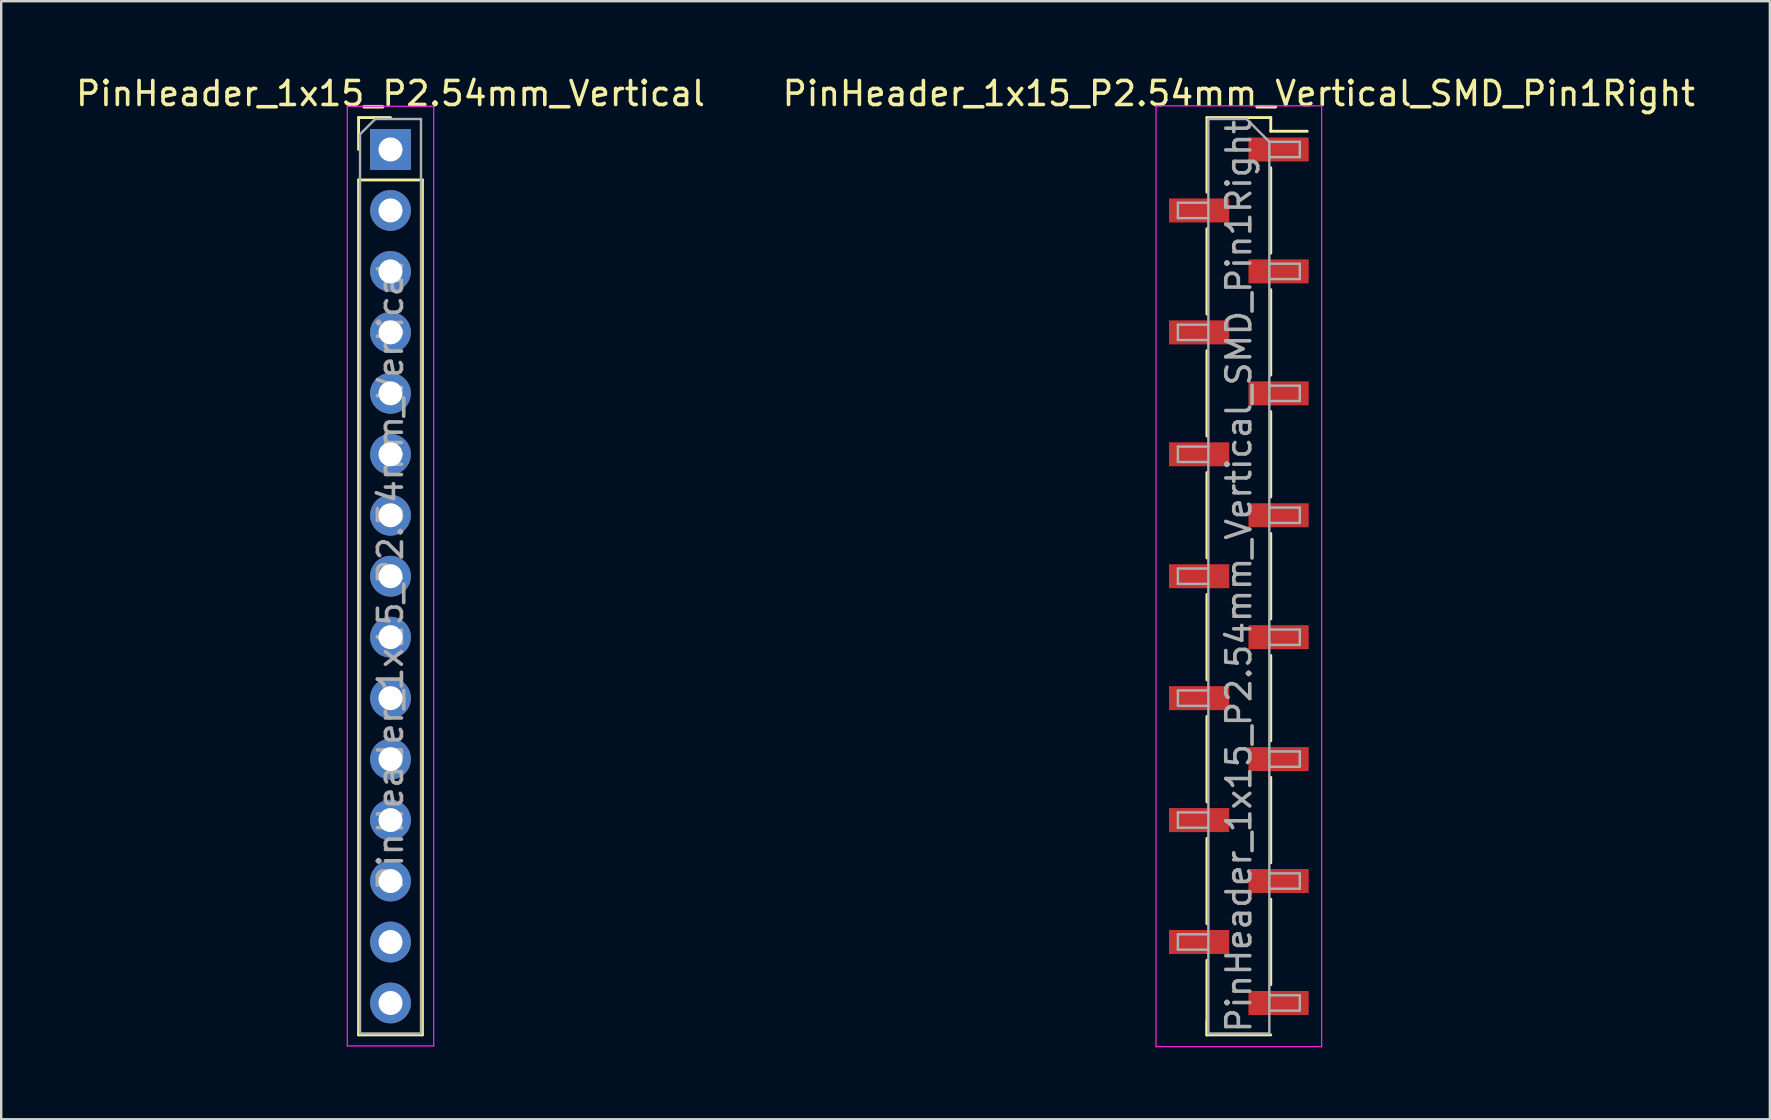
<source format=kicad_pcb>
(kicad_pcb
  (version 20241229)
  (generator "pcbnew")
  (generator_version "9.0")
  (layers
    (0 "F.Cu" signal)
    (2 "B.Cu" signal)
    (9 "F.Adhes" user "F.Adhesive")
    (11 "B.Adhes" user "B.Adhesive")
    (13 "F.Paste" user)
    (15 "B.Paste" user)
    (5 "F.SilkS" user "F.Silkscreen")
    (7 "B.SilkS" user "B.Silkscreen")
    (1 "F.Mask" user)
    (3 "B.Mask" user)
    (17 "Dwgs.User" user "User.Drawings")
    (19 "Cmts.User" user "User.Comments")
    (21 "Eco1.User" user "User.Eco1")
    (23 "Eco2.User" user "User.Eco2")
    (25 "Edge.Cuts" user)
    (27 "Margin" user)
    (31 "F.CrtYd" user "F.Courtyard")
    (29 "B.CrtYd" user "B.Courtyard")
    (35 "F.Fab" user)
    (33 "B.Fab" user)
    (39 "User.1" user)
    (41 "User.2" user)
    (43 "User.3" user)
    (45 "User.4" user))
  (footprint "PinHeader_1x15_P2.54mm_Vertical"
    (layer "F.Cu")
    (at 13.22 3.178)
    (property "Reference" "PinHeader_1x15_P2.54mm_Vertical" (at 0 -2.33 0) (layer "F.SilkS") (effects (font (size 1 1) (thickness 0.15))))
    (attr through_hole)
    (fp_line (start -1.33 -1.33) (end 0 -1.33) (stroke (width 0.12) (type solid)) (layer "F.SilkS"))
    (fp_line (start -1.33 0) (end -1.33 -1.33) (stroke (width 0.12) (type solid)) (layer "F.SilkS"))
    (fp_line (start -1.33 1.27) (end -1.33 36.89) (stroke (width 0.12) (type solid)) (layer "F.SilkS"))
    (fp_line (start -1.33 1.27) (end 1.33 1.27) (stroke (width 0.12) (type solid)) (layer "F.SilkS"))
    (fp_line (start -1.33 36.89) (end 1.33 36.89) (stroke (width 0.12) (type solid)) (layer "F.SilkS"))
    (fp_line (start 1.33 1.27) (end 1.33 36.89) (stroke (width 0.12) (type solid)) (layer "F.SilkS"))
    (fp_line (start -1.8 -1.8) (end -1.8 37.35) (stroke (width 0.05) (type solid)) (layer "F.CrtYd"))
    (fp_line (start -1.8 37.35) (end 1.8 37.35) (stroke (width 0.05) (type solid)) (layer "F.CrtYd"))
    (fp_line (start 1.8 -1.8) (end -1.8 -1.8) (stroke (width 0.05) (type solid)) (layer "F.CrtYd"))
    (fp_line (start 1.8 37.35) (end 1.8 -1.8) (stroke (width 0.05) (type solid)) (layer "F.CrtYd"))
    (fp_line (start -1.27 -0.635) (end -0.635 -1.27) (stroke (width 0.1) (type solid)) (layer "F.Fab"))
    (fp_line (start -1.27 36.83) (end -1.27 -0.635) (stroke (width 0.1) (type solid)) (layer "F.Fab"))
    (fp_line (start -0.635 -1.27) (end 1.27 -1.27) (stroke (width 0.1) (type solid)) (layer "F.Fab"))
    (fp_line (start 1.27 -1.27) (end 1.27 36.83) (stroke (width 0.1) (type solid)) (layer "F.Fab"))
    (fp_line (start 1.27 36.83) (end -1.27 36.83) (stroke (width 0.1) (type solid)) (layer "F.Fab"))
    (fp_text user "${REFERENCE}" (at 0 17.78 90) (layer "F.Fab") (effects (font (size 1 1) (thickness 0.15))))
    (pad "1" thru_hole rect (at 0 0) (size 1.7 1.7) (drill 1) (layers "*.Cu" "*.Mask"))
    (pad "2" thru_hole oval (at 0 2.54) (size 1.7 1.7) (drill 1) (layers "*.Cu" "*.Mask"))
    (pad "3" thru_hole oval (at 0 5.08) (size 1.7 1.7) (drill 1) (layers "*.Cu" "*.Mask"))
    (pad "4" thru_hole oval (at 0 7.62) (size 1.7 1.7) (drill 1) (layers "*.Cu" "*.Mask"))
    (pad "5" thru_hole oval (at 0 10.16) (size 1.7 1.7) (drill 1) (layers "*.Cu" "*.Mask"))
    (pad "6" thru_hole oval (at 0 12.7) (size 1.7 1.7) (drill 1) (layers "*.Cu" "*.Mask"))
    (pad "7" thru_hole oval (at 0 15.24) (size 1.7 1.7) (drill 1) (layers "*.Cu" "*.Mask"))
    (pad "8" thru_hole oval (at 0 17.78) (size 1.7 1.7) (drill 1) (layers "*.Cu" "*.Mask"))
    (pad "9" thru_hole oval (at 0 20.32) (size 1.7 1.7) (drill 1) (layers "*.Cu" "*.Mask"))
    (pad "10" thru_hole oval (at 0 22.86) (size 1.7 1.7) (drill 1) (layers "*.Cu" "*.Mask"))
    (pad "11" thru_hole oval (at 0 25.4) (size 1.7 1.7) (drill 1) (layers "*.Cu" "*.Mask"))
    (pad "12" thru_hole oval (at 0 27.94) (size 1.7 1.7) (drill 1) (layers "*.Cu" "*.Mask"))
    (pad "13" thru_hole oval (at 0 30.48) (size 1.7 1.7) (drill 1) (layers "*.Cu" "*.Mask"))
    (pad "14" thru_hole oval (at 0 33.02) (size 1.7 1.7) (drill 1) (layers "*.Cu" "*.Mask"))
    (pad "15" thru_hole oval (at 0 35.56) (size 1.7 1.7) (drill 1) (layers "*.Cu" "*.Mask")))
  (footprint "PinHeader_1x15_P2.54mm_Vertical_SMD_Pin1Right"
    (layer "F.Cu")
    (at 48.565 20.958)
    (property "Reference" "PinHeader_1x15_P2.54mm_Vertical_SMD_Pin1Right" (at 0 -20.11 0) (layer "F.SilkS") (effects (font (size 1 1) (thickness 0.15))))
    (attr smd)
    (fp_line (start -1.33 -19.11) (end -1.33 -16) (stroke (width 0.12) (type solid)) (layer "F.SilkS"))
    (fp_line (start -1.33 -19.11) (end 1.33 -19.11) (stroke (width 0.12) (type solid)) (layer "F.SilkS"))
    (fp_line (start -1.33 -14.48) (end -1.33 -10.92) (stroke (width 0.12) (type solid)) (layer "F.SilkS"))
    (fp_line (start -1.33 -9.4) (end -1.33 -5.84) (stroke (width 0.12) (type solid)) (layer "F.SilkS"))
    (fp_line (start -1.33 -4.32) (end -1.33 -0.76) (stroke (width 0.12) (type solid)) (layer "F.SilkS"))
    (fp_line (start -1.33 0.76) (end -1.33 4.32) (stroke (width 0.12) (type solid)) (layer "F.SilkS"))
    (fp_line (start -1.33 5.84) (end -1.33 9.4) (stroke (width 0.12) (type solid)) (layer "F.SilkS"))
    (fp_line (start -1.33 10.92) (end -1.33 14.48) (stroke (width 0.12) (type solid)) (layer "F.SilkS"))
    (fp_line (start -1.33 16) (end -1.33 19.11) (stroke (width 0.12) (type solid)) (layer "F.SilkS"))
    (fp_line (start -1.33 18.54) (end -1.33 19.11) (stroke (width 0.12) (type solid)) (layer "F.SilkS"))
    (fp_line (start -1.33 19.11) (end 1.33 19.11) (stroke (width 0.12) (type solid)) (layer "F.SilkS"))
    (fp_line (start 1.33 -19.11) (end 1.33 -18.54) (stroke (width 0.12) (type solid)) (layer "F.SilkS"))
    (fp_line (start 1.33 -18.54) (end 2.85 -18.54) (stroke (width 0.12) (type solid)) (layer "F.SilkS"))
    (fp_line (start 1.33 -17.02) (end 1.33 -13.46) (stroke (width 0.12) (type solid)) (layer "F.SilkS"))
    (fp_line (start 1.33 -11.94) (end 1.33 -8.38) (stroke (width 0.12) (type solid)) (layer "F.SilkS"))
    (fp_line (start 1.33 -6.86) (end 1.33 -3.3) (stroke (width 0.12) (type solid)) (layer "F.SilkS"))
    (fp_line (start 1.33 -1.78) (end 1.33 1.78) (stroke (width 0.12) (type solid)) (layer "F.SilkS"))
    (fp_line (start 1.33 3.3) (end 1.33 6.86) (stroke (width 0.12) (type solid)) (layer "F.SilkS"))
    (fp_line (start 1.33 8.38) (end 1.33 11.94) (stroke (width 0.12) (type solid)) (layer "F.SilkS"))
    (fp_line (start 1.33 13.46) (end 1.33 17.02) (stroke (width 0.12) (type solid)) (layer "F.SilkS"))
    (fp_line (start -3.45 -19.6) (end -3.45 19.6) (stroke (width 0.05) (type solid)) (layer "F.CrtYd"))
    (fp_line (start -3.45 19.6) (end 3.45 19.6) (stroke (width 0.05) (type solid)) (layer "F.CrtYd"))
    (fp_line (start 3.45 -19.6) (end -3.45 -19.6) (stroke (width 0.05) (type solid)) (layer "F.CrtYd"))
    (fp_line (start 3.45 19.6) (end 3.45 -19.6) (stroke (width 0.05) (type solid)) (layer "F.CrtYd"))
    (fp_line (start -2.54 -15.56) (end -2.54 -14.92) (stroke (width 0.1) (type solid)) (layer "F.Fab"))
    (fp_line (start -2.54 -14.92) (end -1.27 -14.92) (stroke (width 0.1) (type solid)) (layer "F.Fab"))
    (fp_line (start -2.54 -10.48) (end -2.54 -9.84) (stroke (width 0.1) (type solid)) (layer "F.Fab"))
    (fp_line (start -2.54 -9.84) (end -1.27 -9.84) (stroke (width 0.1) (type solid)) (layer "F.Fab"))
    (fp_line (start -2.54 -5.4) (end -2.54 -4.76) (stroke (width 0.1) (type solid)) (layer "F.Fab"))
    (fp_line (start -2.54 -4.76) (end -1.27 -4.76) (stroke (width 0.1) (type solid)) (layer "F.Fab"))
    (fp_line (start -2.54 -0.32) (end -2.54 0.32) (stroke (width 0.1) (type solid)) (layer "F.Fab"))
    (fp_line (start -2.54 0.32) (end -1.27 0.32) (stroke (width 0.1) (type solid)) (layer "F.Fab"))
    (fp_line (start -2.54 4.76) (end -2.54 5.4) (stroke (width 0.1) (type solid)) (layer "F.Fab"))
    (fp_line (start -2.54 5.4) (end -1.27 5.4) (stroke (width 0.1) (type solid)) (layer "F.Fab"))
    (fp_line (start -2.54 9.84) (end -2.54 10.48) (stroke (width 0.1) (type solid)) (layer "F.Fab"))
    (fp_line (start -2.54 10.48) (end -1.27 10.48) (stroke (width 0.1) (type solid)) (layer "F.Fab"))
    (fp_line (start -2.54 14.92) (end -2.54 15.56) (stroke (width 0.1) (type solid)) (layer "F.Fab"))
    (fp_line (start -2.54 15.56) (end -1.27 15.56) (stroke (width 0.1) (type solid)) (layer "F.Fab"))
    (fp_line (start -1.27 -19.05) (end -1.27 19.05) (stroke (width 0.1) (type solid)) (layer "F.Fab"))
    (fp_line (start -1.27 -19.05) (end 0.32 -19.05) (stroke (width 0.1) (type solid)) (layer "F.Fab"))
    (fp_line (start -1.27 -15.56) (end -2.54 -15.56) (stroke (width 0.1) (type solid)) (layer "F.Fab"))
    (fp_line (start -1.27 -10.48) (end -2.54 -10.48) (stroke (width 0.1) (type solid)) (layer "F.Fab"))
    (fp_line (start -1.27 -5.4) (end -2.54 -5.4) (stroke (width 0.1) (type solid)) (layer "F.Fab"))
    (fp_line (start -1.27 -0.32) (end -2.54 -0.32) (stroke (width 0.1) (type solid)) (layer "F.Fab"))
    (fp_line (start -1.27 4.76) (end -2.54 4.76) (stroke (width 0.1) (type solid)) (layer "F.Fab"))
    (fp_line (start -1.27 9.84) (end -2.54 9.84) (stroke (width 0.1) (type solid)) (layer "F.Fab"))
    (fp_line (start -1.27 14.92) (end -2.54 14.92) (stroke (width 0.1) (type solid)) (layer "F.Fab"))
    (fp_line (start 1.27 -18.1) (end 0.32 -19.05) (stroke (width 0.1) (type solid)) (layer "F.Fab"))
    (fp_line (start 1.27 -18.1) (end 2.54 -18.1) (stroke (width 0.1) (type solid)) (layer "F.Fab"))
    (fp_line (start 1.27 -13.02) (end 2.54 -13.02) (stroke (width 0.1) (type solid)) (layer "F.Fab"))
    (fp_line (start 1.27 -7.94) (end 2.54 -7.94) (stroke (width 0.1) (type solid)) (layer "F.Fab"))
    (fp_line (start 1.27 -2.86) (end 2.54 -2.86) (stroke (width 0.1) (type solid)) (layer "F.Fab"))
    (fp_line (start 1.27 2.22) (end 2.54 2.22) (stroke (width 0.1) (type solid)) (layer "F.Fab"))
    (fp_line (start 1.27 7.3) (end 2.54 7.3) (stroke (width 0.1) (type solid)) (layer "F.Fab"))
    (fp_line (start 1.27 12.38) (end 2.54 12.38) (stroke (width 0.1) (type solid)) (layer "F.Fab"))
    (fp_line (start 1.27 17.46) (end 2.54 17.46) (stroke (width 0.1) (type solid)) (layer "F.Fab"))
    (fp_line (start 1.27 19.05) (end -1.27 19.05) (stroke (width 0.1) (type solid)) (layer "F.Fab"))
    (fp_line (start 1.27 19.05) (end 1.27 -18.1) (stroke (width 0.1) (type solid)) (layer "F.Fab"))
    (fp_line (start 2.54 -18.1) (end 2.54 -17.46) (stroke (width 0.1) (type solid)) (layer "F.Fab"))
    (fp_line (start 2.54 -17.46) (end 1.27 -17.46) (stroke (width 0.1) (type solid)) (layer "F.Fab"))
    (fp_line (start 2.54 -13.02) (end 2.54 -12.38) (stroke (width 0.1) (type solid)) (layer "F.Fab"))
    (fp_line (start 2.54 -12.38) (end 1.27 -12.38) (stroke (width 0.1) (type solid)) (layer "F.Fab"))
    (fp_line (start 2.54 -7.94) (end 2.54 -7.3) (stroke (width 0.1) (type solid)) (layer "F.Fab"))
    (fp_line (start 2.54 -7.3) (end 1.27 -7.3) (stroke (width 0.1) (type solid)) (layer "F.Fab"))
    (fp_line (start 2.54 -2.86) (end 2.54 -2.22) (stroke (width 0.1) (type solid)) (layer "F.Fab"))
    (fp_line (start 2.54 -2.22) (end 1.27 -2.22) (stroke (width 0.1) (type solid)) (layer "F.Fab"))
    (fp_line (start 2.54 2.22) (end 2.54 2.86) (stroke (width 0.1) (type solid)) (layer "F.Fab"))
    (fp_line (start 2.54 2.86) (end 1.27 2.86) (stroke (width 0.1) (type solid)) (layer "F.Fab"))
    (fp_line (start 2.54 7.3) (end 2.54 7.94) (stroke (width 0.1) (type solid)) (layer "F.Fab"))
    (fp_line (start 2.54 7.94) (end 1.27 7.94) (stroke (width 0.1) (type solid)) (layer "F.Fab"))
    (fp_line (start 2.54 12.38) (end 2.54 13.02) (stroke (width 0.1) (type solid)) (layer "F.Fab"))
    (fp_line (start 2.54 13.02) (end 1.27 13.02) (stroke (width 0.1) (type solid)) (layer "F.Fab"))
    (fp_line (start 2.54 17.46) (end 2.54 18.1) (stroke (width 0.1) (type solid)) (layer "F.Fab"))
    (fp_line (start 2.54 18.1) (end 1.27 18.1) (stroke (width 0.1) (type solid)) (layer "F.Fab"))
    (fp_text user "${REFERENCE}" (at 0 0 90) (layer "F.Fab") (effects (font (size 1 1) (thickness 0.15))))
    (pad "1" smd rect (at 1.655 -17.78) (size 2.51 1) (layers "F.Cu" "F.Mask" "F.Paste"))
    (pad "2" smd rect (at -1.655 -15.24) (size 2.51 1) (layers "F.Cu" "F.Mask" "F.Paste"))
    (pad "3" smd rect (at 1.655 -12.7) (size 2.51 1) (layers "F.Cu" "F.Mask" "F.Paste"))
    (pad "4" smd rect (at -1.655 -10.16) (size 2.51 1) (layers "F.Cu" "F.Mask" "F.Paste"))
    (pad "5" smd rect (at 1.655 -7.62) (size 2.51 1) (layers "F.Cu" "F.Mask" "F.Paste"))
    (pad "6" smd rect (at -1.655 -5.08) (size 2.51 1) (layers "F.Cu" "F.Mask" "F.Paste"))
    (pad "7" smd rect (at 1.655 -2.54) (size 2.51 1) (layers "F.Cu" "F.Mask" "F.Paste"))
    (pad "8" smd rect (at -1.655 0) (size 2.51 1) (layers "F.Cu" "F.Mask" "F.Paste"))
    (pad "9" smd rect (at 1.655 2.54) (size 2.51 1) (layers "F.Cu" "F.Mask" "F.Paste"))
    (pad "10" smd rect (at -1.655 5.08) (size 2.51 1) (layers "F.Cu" "F.Mask" "F.Paste"))
    (pad "11" smd rect (at 1.655 7.62) (size 2.51 1) (layers "F.Cu" "F.Mask" "F.Paste"))
    (pad "12" smd rect (at -1.655 10.16) (size 2.51 1) (layers "F.Cu" "F.Mask" "F.Paste"))
    (pad "13" smd rect (at 1.655 12.7) (size 2.51 1) (layers "F.Cu" "F.Mask" "F.Paste"))
    (pad "14" smd rect (at -1.655 15.24) (size 2.51 1) (layers "F.Cu" "F.Mask" "F.Paste"))
    (pad "15" smd rect (at 1.655 17.78) (size 2.51 1) (layers "F.Cu" "F.Mask" "F.Paste")))
  (gr_rect
    (start -3 -3)
    (end 70.69 43.583)
    (stroke (width 0.1) (type default))
    (fill no)
    (layer "Edge.Cuts")))
</source>
